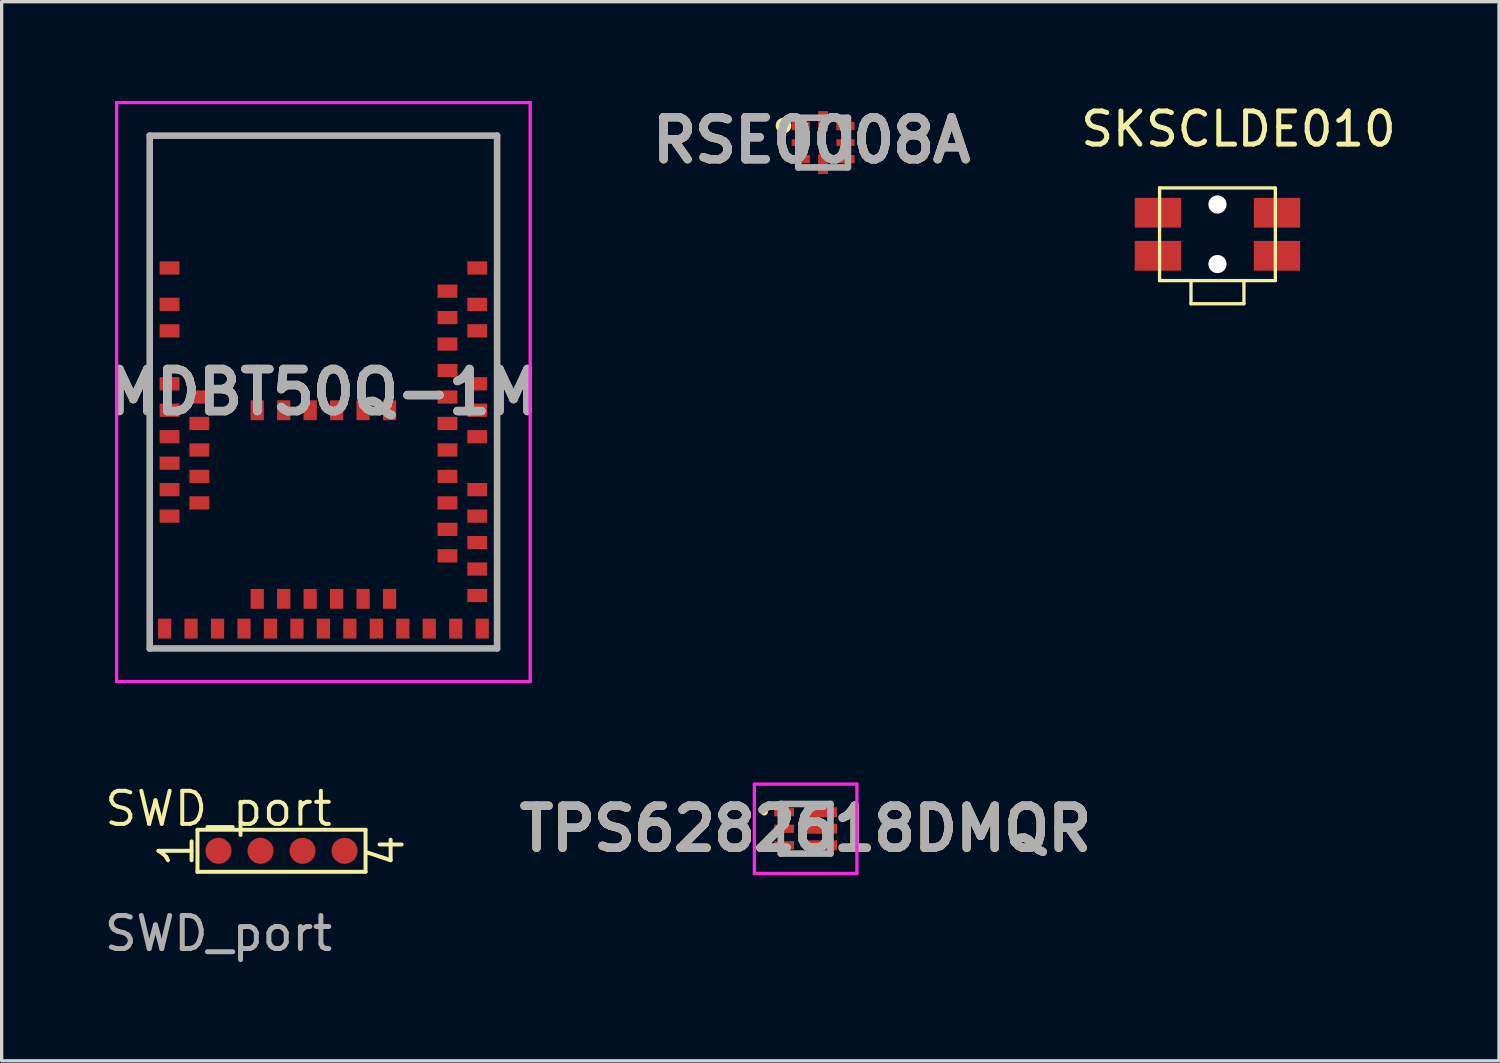
<source format=kicad_pcb>
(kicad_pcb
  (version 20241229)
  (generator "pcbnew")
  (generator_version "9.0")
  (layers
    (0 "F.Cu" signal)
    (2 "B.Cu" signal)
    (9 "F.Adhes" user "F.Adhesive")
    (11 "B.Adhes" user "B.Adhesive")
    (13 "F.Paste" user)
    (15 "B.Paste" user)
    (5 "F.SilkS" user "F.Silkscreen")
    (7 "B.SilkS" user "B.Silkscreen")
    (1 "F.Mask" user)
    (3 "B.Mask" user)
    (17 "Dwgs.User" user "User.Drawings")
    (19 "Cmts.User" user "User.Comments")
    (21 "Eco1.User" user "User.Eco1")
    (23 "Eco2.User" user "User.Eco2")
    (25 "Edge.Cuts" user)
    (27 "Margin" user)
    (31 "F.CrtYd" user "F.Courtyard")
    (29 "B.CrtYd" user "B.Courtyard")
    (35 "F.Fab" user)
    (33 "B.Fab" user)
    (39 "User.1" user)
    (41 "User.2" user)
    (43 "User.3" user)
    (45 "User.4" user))
  (footprint "SWD_port"
    (layer "F.Cu")
    (at 3.554 22.666)
    (property "Reference" "SWD_port" (at 0 -1.27 0) (unlocked yes) (layer "F.SilkS") (effects (font (size 1 1) (thickness 0.12))))
    (attr smd)
    (fp_line (start -0.635 -0.635) (end 4.445 -0.635) (stroke (width 0.12) (type solid)) (layer "F.SilkS"))
    (fp_line (start -0.635 0.635) (end -0.635 -0.635) (stroke (width 0.12) (type solid)) (layer "F.SilkS"))
    (fp_line (start 4.445 -0.635) (end 4.445 0.635) (stroke (width 0.12) (type solid)) (layer "F.SilkS"))
    (fp_line (start 4.445 0.635) (end -0.635 0.635) (stroke (width 0.12) (type solid)) (layer "F.SilkS"))
    (fp_text user "4" (at 5.08 0 90) (unlocked yes) (layer "F.SilkS") (effects (font (size 1 1) (thickness 0.12))))
    (fp_text user "1" (at -1.27 0 90) (unlocked yes) (layer "F.SilkS") (effects (font (size 1 1) (thickness 0.12))))
    (fp_text user "${REFERENCE}" (at 0 2.5 0) (unlocked yes) (layer "F.Fab") (effects (font (size 1 1) (thickness 0.15))))
    (pad "1" smd circle (at 0 0) (size 0.787 0.787) (layers "F.Cu" "F.Mask" "F.Paste"))
    (pad "2" smd circle (at 1.27 0) (size 0.787 0.787) (layers "F.Cu" "F.Mask" "F.Paste"))
    (pad "3" smd circle (at 2.54 0) (size 0.787 0.787) (layers "F.Cu" "F.Mask" "F.Paste"))
    (pad "4" smd circle (at 3.81 0) (size 0.787 0.787) (layers "F.Cu" "F.Mask" "F.Paste")))
  (footprint "SKSCLDE010"
    (layer "F.Cu")
    (at 33.749 4.031)
    (property "Reference" "SKSCLDE010" (at 0.636 -3.181 0) (layer "F.SilkS") (effects (font (size 1.002 1.002) (thickness 0.15))))
    (attr through_hole)
    (fp_line (start -1.75 -1.4) (end -1.75 1.4) (stroke (width 0.1) (type solid)) (layer "F.SilkS"))
    (fp_line (start -1.75 1.4) (end -0.8 1.4) (stroke (width 0.1) (type solid)) (layer "F.SilkS"))
    (fp_line (start -0.8 1.4) (end 0.8 1.4) (stroke (width 0.1) (type solid)) (layer "F.SilkS"))
    (fp_line (start -0.8 2.1) (end -0.8 1.4) (stroke (width 0.1) (type solid)) (layer "F.SilkS"))
    (fp_line (start 0.8 1.4) (end 1.75 1.4) (stroke (width 0.1) (type solid)) (layer "F.SilkS"))
    (fp_line (start 0.8 2.1) (end -0.8 2.1) (stroke (width 0.1) (type solid)) (layer "F.SilkS"))
    (fp_line (start 0.8 2.1) (end 0.8 1.4) (stroke (width 0.1) (type solid)) (layer "F.SilkS"))
    (fp_line (start 1.75 -1.4) (end -1.75 -1.4) (stroke (width 0.1) (type solid)) (layer "F.SilkS"))
    (fp_line (start 1.75 1.4) (end 1.75 -1.4) (stroke (width 0.1) (type solid)) (layer "F.SilkS"))
    (pad "" np_thru_hole circle (at 0 -0.9) (size 0.55 0.55) (drill 0.55) (layers "*.Cu" "*.Mask"))
    (pad "" np_thru_hole circle (at 0 0.9) (size 0.55 0.55) (drill 0.55) (layers "*.Cu" "*.Mask"))
    (pad "1" smd rect (at -1.8 0.65) (size 1.4 0.9) (layers "F.Cu" "F.Mask" "F.Paste"))
    (pad "2" smd rect (at 1.8 0.65) (size 1.4 0.9) (layers "F.Cu" "F.Mask" "F.Paste"))
    (pad "3" smd rect (at -1.8 -0.65) (size 1.4 0.9) (layers "F.Cu" "F.Mask" "F.Paste"))
    (pad "4" smd rect (at 1.8 -0.65) (size 1.4 0.9) (layers "F.Cu" "F.Mask" "F.Paste")))
  (footprint "MDBT50Q-1M"
    (layer "F.Cu")
    (at 6.725 8.8)
    (property "Reference" "MDBT50Q-1M" (at 0 0 0) (layer "F.SilkS") (effects (font (size 1.27 1.27) (thickness 0.254))))
    (attr smd)
    (fp_line (start -5.25 -7.75) (end -5.25 7.75) (stroke (width 0.1) (type solid)) (layer "F.SilkS"))
    (fp_line (start -5.25 7.75) (end 5.25 7.75) (stroke (width 0.1) (type solid)) (layer "F.SilkS"))
    (fp_line (start 5.25 -7.75) (end -5.25 -7.75) (stroke (width 0.1) (type solid)) (layer "F.SilkS"))
    (fp_line (start 5.25 7.75) (end 5.25 -7.75) (stroke (width 0.1) (type solid)) (layer "F.SilkS"))
    (fp_line (start -6.25 -8.75) (end 6.25 -8.75) (stroke (width 0.1) (type solid)) (layer "F.CrtYd"))
    (fp_line (start -6.25 8.75) (end -6.25 -8.75) (stroke (width 0.1) (type solid)) (layer "F.CrtYd"))
    (fp_line (start 6.25 -8.75) (end 6.25 8.75) (stroke (width 0.1) (type solid)) (layer "F.CrtYd"))
    (fp_line (start 6.25 8.75) (end -6.25 8.75) (stroke (width 0.1) (type solid)) (layer "F.CrtYd"))
    (fp_line (start -5.25 -7.75) (end -5.25 7.75) (stroke (width 0.2) (type solid)) (layer "F.Fab"))
    (fp_line (start -5.25 7.75) (end 5.25 7.75) (stroke (width 0.2) (type solid)) (layer "F.Fab"))
    (fp_line (start 5.25 -7.75) (end -5.25 -7.75) (stroke (width 0.2) (type solid)) (layer "F.Fab"))
    (fp_line (start 5.25 7.75) (end 5.25 -7.75) (stroke (width 0.2) (type solid)) (layer "F.Fab"))
    (fp_text user "${REFERENCE}" (at 0 0 0) (layer "F.Fab") (effects (font (size 1.27 1.27) (thickness 0.254))))
    (pad "1" smd rect (at -4.65 -3.75 90) (size 0.4 0.6) (layers "F.Cu" "F.Mask" "F.Paste"))
    (pad "2" smd rect (at -4.65 -2.65 90) (size 0.4 0.6) (layers "F.Cu" "F.Mask" "F.Paste"))
    (pad "3" smd rect (at -4.65 -1.85 90) (size 0.4 0.6) (layers "F.Cu" "F.Mask" "F.Paste"))
    (pad "4" smd rect (at -4.65 -0.25 90) (size 0.4 0.6) (layers "F.Cu" "F.Mask" "F.Paste"))
    (pad "5" smd rect (at -3.75 0.15 90) (size 0.4 0.6) (layers "F.Cu" "F.Mask" "F.Paste"))
    (pad "6" smd rect (at -4.65 0.55 90) (size 0.4 0.6) (layers "F.Cu" "F.Mask" "F.Paste"))
    (pad "7" smd rect (at -3.75 0.95 90) (size 0.4 0.6) (layers "F.Cu" "F.Mask" "F.Paste"))
    (pad "8" smd rect (at -4.65 1.35 90) (size 0.4 0.6) (layers "F.Cu" "F.Mask" "F.Paste"))
    (pad "9" smd rect (at -3.75 1.75 90) (size 0.4 0.6) (layers "F.Cu" "F.Mask" "F.Paste"))
    (pad "10" smd rect (at -4.65 2.15 90) (size 0.4 0.6) (layers "F.Cu" "F.Mask" "F.Paste"))
    (pad "11" smd rect (at -3.75 2.55 90) (size 0.4 0.6) (layers "F.Cu" "F.Mask" "F.Paste"))
    (pad "12" smd rect (at -4.65 2.95 90) (size 0.4 0.6) (layers "F.Cu" "F.Mask" "F.Paste"))
    (pad "13" smd rect (at -3.75 3.35 90) (size 0.4 0.6) (layers "F.Cu" "F.Mask" "F.Paste"))
    (pad "14" smd rect (at -4.65 3.75 90) (size 0.4 0.6) (layers "F.Cu" "F.Mask" "F.Paste"))
    (pad "15" smd rect (at -4.8 7.15) (size 0.4 0.6) (layers "F.Cu" "F.Mask" "F.Paste"))
    (pad "16" smd rect (at -4 7.15) (size 0.4 0.6) (layers "F.Cu" "F.Mask" "F.Paste"))
    (pad "17" smd rect (at -3.2 7.15) (size 0.4 0.6) (layers "F.Cu" "F.Mask" "F.Paste"))
    (pad "18" smd rect (at -2.4 7.15) (size 0.4 0.6) (layers "F.Cu" "F.Mask" "F.Paste"))
    (pad "19" smd rect (at -2 6.25) (size 0.4 0.6) (layers "F.Cu" "F.Mask" "F.Paste"))
    (pad "20" smd rect (at -1.6 7.15) (size 0.4 0.6) (layers "F.Cu" "F.Mask" "F.Paste"))
    (pad "21" smd rect (at -1.2 6.25) (size 0.4 0.6) (layers "F.Cu" "F.Mask" "F.Paste"))
    (pad "22" smd rect (at -0.8 7.15) (size 0.4 0.6) (layers "F.Cu" "F.Mask" "F.Paste"))
    (pad "23" smd rect (at -0.4 6.25) (size 0.4 0.6) (layers "F.Cu" "F.Mask" "F.Paste"))
    (pad "24" smd rect (at 0 7.15) (size 0.4 0.6) (layers "F.Cu" "F.Mask" "F.Paste"))
    (pad "25" smd rect (at 0.4 6.25) (size 0.4 0.6) (layers "F.Cu" "F.Mask" "F.Paste"))
    (pad "26" smd rect (at 0.8 7.15) (size 0.4 0.6) (layers "F.Cu" "F.Mask" "F.Paste"))
    (pad "27" smd rect (at 1.2 6.25) (size 0.4 0.6) (layers "F.Cu" "F.Mask" "F.Paste"))
    (pad "28" smd rect (at 1.6 7.15) (size 0.4 0.6) (layers "F.Cu" "F.Mask" "F.Paste"))
    (pad "29" smd rect (at 2 6.25) (size 0.4 0.6) (layers "F.Cu" "F.Mask" "F.Paste"))
    (pad "30" smd rect (at 2.4 7.15) (size 0.4 0.6) (layers "F.Cu" "F.Mask" "F.Paste"))
    (pad "31" smd rect (at 3.2 7.15) (size 0.4 0.6) (layers "F.Cu" "F.Mask" "F.Paste"))
    (pad "32" smd rect (at 4 7.15) (size 0.4 0.6) (layers "F.Cu" "F.Mask" "F.Paste"))
    (pad "33" smd rect (at 4.8 7.15) (size 0.4 0.6) (layers "F.Cu" "F.Mask" "F.Paste"))
    (pad "34" smd rect (at 4.65 6.15 90) (size 0.4 0.6) (layers "F.Cu" "F.Mask" "F.Paste"))
    (pad "35" smd rect (at 4.65 5.35 90) (size 0.4 0.6) (layers "F.Cu" "F.Mask" "F.Paste"))
    (pad "36" smd rect (at 3.75 4.95 90) (size 0.4 0.6) (layers "F.Cu" "F.Mask" "F.Paste"))
    (pad "37" smd rect (at 4.65 4.55 90) (size 0.4 0.6) (layers "F.Cu" "F.Mask" "F.Paste"))
    (pad "38" smd rect (at 3.75 4.15 90) (size 0.4 0.6) (layers "F.Cu" "F.Mask" "F.Paste"))
    (pad "39" smd rect (at 4.65 3.75 90) (size 0.4 0.6) (layers "F.Cu" "F.Mask" "F.Paste"))
    (pad "40" smd rect (at 3.75 3.35 90) (size 0.4 0.6) (layers "F.Cu" "F.Mask" "F.Paste"))
    (pad "41" smd rect (at 4.65 2.95 90) (size 0.4 0.6) (layers "F.Cu" "F.Mask" "F.Paste"))
    (pad "42" smd rect (at 3.75 2.55 90) (size 0.4 0.6) (layers "F.Cu" "F.Mask" "F.Paste"))
    (pad "43" smd rect (at 3.75 1.75 90) (size 0.4 0.6) (layers "F.Cu" "F.Mask" "F.Paste"))
    (pad "44" smd rect (at 4.65 1.35 90) (size 0.4 0.6) (layers "F.Cu" "F.Mask" "F.Paste"))
    (pad "45" smd rect (at 3.75 0.95 90) (size 0.4 0.6) (layers "F.Cu" "F.Mask" "F.Paste"))
    (pad "46" smd rect (at 4.65 0.55 90) (size 0.4 0.6) (layers "F.Cu" "F.Mask" "F.Paste"))
    (pad "47" smd rect (at 3.75 0.15 90) (size 0.4 0.6) (layers "F.Cu" "F.Mask" "F.Paste"))
    (pad "48" smd rect (at 4.65 -0.25 90) (size 0.4 0.6) (layers "F.Cu" "F.Mask" "F.Paste"))
    (pad "49" smd rect (at 3.75 -0.65 90) (size 0.4 0.6) (layers "F.Cu" "F.Mask" "F.Paste"))
    (pad "50" smd rect (at 3.75 -1.45 90) (size 0.4 0.6) (layers "F.Cu" "F.Mask" "F.Paste"))
    (pad "51" smd rect (at 4.65 -1.85 90) (size 0.4 0.6) (layers "F.Cu" "F.Mask" "F.Paste"))
    (pad "52" smd rect (at 3.75 -2.25 90) (size 0.4 0.6) (layers "F.Cu" "F.Mask" "F.Paste"))
    (pad "53" smd rect (at 4.65 -2.65 90) (size 0.4 0.6) (layers "F.Cu" "F.Mask" "F.Paste"))
    (pad "54" smd rect (at 3.75 -3.05 90) (size 0.4 0.6) (layers "F.Cu" "F.Mask" "F.Paste"))
    (pad "55" smd rect (at 4.65 -3.75 90) (size 0.4 0.6) (layers "F.Cu" "F.Mask" "F.Paste"))
    (pad "56" smd rect (at -2 0.55) (size 0.4 0.6) (layers "F.Cu" "F.Mask" "F.Paste"))
    (pad "57" smd rect (at -1.2 0.55) (size 0.4 0.6) (layers "F.Cu" "F.Mask" "F.Paste"))
    (pad "58" smd rect (at -0.4 0.55) (size 0.4 0.6) (layers "F.Cu" "F.Mask" "F.Paste"))
    (pad "59" smd rect (at 0.4 0.55) (size 0.4 0.6) (layers "F.Cu" "F.Mask" "F.Paste"))
    (pad "60" smd rect (at 1.2 0.55) (size 0.4 0.6) (layers "F.Cu" "F.Mask" "F.Paste"))
    (pad "61" smd rect (at 2 0.55) (size 0.4 0.6) (layers "F.Cu" "F.Mask" "F.Paste")))
  (footprint "RSE0008A"
    (layer "F.Cu")
    (at 21.829 1.26)
    (property "Reference" "RSE0008A" (at -0.347 -0.072 0) (layer "F.SilkS") (effects (font (size 1.27 1.27) (thickness 0.254))))
    (attr smd)
    (fp_circle (center -1.197 -0.512) (end -1.197 -0.476) (stroke (width 0.2) (type solid)) (fill no) (layer "F.SilkS"))
    (fp_line (start -0.75 -0.75) (end 0.75 -0.75) (stroke (width 0.2) (type solid)) (layer "F.Fab"))
    (fp_line (start -0.75 0.75) (end -0.75 -0.75) (stroke (width 0.2) (type solid)) (layer "F.Fab"))
    (fp_line (start 0.75 -0.75) (end 0.75 0.75) (stroke (width 0.2) (type solid)) (layer "F.Fab"))
    (fp_line (start 0.75 0.75) (end -0.75 0.75) (stroke (width 0.2) (type solid)) (layer "F.Fab"))
    (fp_text user "${REFERENCE}" (at -0.347 -0.072 0) (layer "F.Fab") (effects (font (size 1.27 1.27) (thickness 0.254))))
    (pad "1" smd rect (at -0.675 -0.5 90) (size 0.25 0.55) (layers "F.Cu" "F.Mask" "F.Paste"))
    (pad "2" smd rect (at -0.675 0 90) (size 0.2 0.55) (layers "F.Cu" "F.Mask" "F.Paste"))
    (pad "3" smd rect (at -0.675 0.5 90) (size 0.25 0.55) (layers "F.Cu" "F.Mask" "F.Paste"))
    (pad "4" smd rect (at 0 0.65) (size 0.3 0.6) (layers "F.Cu" "F.Mask" "F.Paste"))
    (pad "5" smd rect (at 0.675 0.5 90) (size 0.25 0.55) (layers "F.Cu" "F.Mask" "F.Paste"))
    (pad "6" smd rect (at 0.675 0 90) (size 0.2 0.55) (layers "F.Cu" "F.Mask" "F.Paste"))
    (pad "7" smd rect (at 0.675 -0.5 90) (size 0.25 0.55) (layers "F.Cu" "F.Mask" "F.Paste"))
    (pad "8" smd rect (at 0 -0.65) (size 0.3 0.6) (layers "F.Cu" "F.Mask" "F.Paste")))
  (footprint "TPS6282618DMQR"
    (layer "F.Cu")
    (at 21.301 22)
    (property "Reference" "TPS6282618DMQR" (at 0 0 0) (layer "F.SilkS") (effects (font (size 1.27 1.27) (thickness 0.254))))
    (attr smd)
    (fp_line (start -1.3 -0.5) (end -1.3 -0.5) (stroke (width 0.1) (type solid)) (layer "F.SilkS"))
    (fp_line (start -1.2 -0.5) (end -1.2 -0.5) (stroke (width 0.1) (type solid)) (layer "F.SilkS"))
    (fp_arc (start -1.3 -0.5) (mid -1.25 -0.55) (end -1.2 -0.5) (stroke (width 0.1) (type solid)) (layer "F.SilkS"))
    (fp_arc (start -1.2 -0.5) (mid -1.25 -0.45) (end -1.3 -0.5) (stroke (width 0.1) (type solid)) (layer "F.SilkS"))
    (fp_line (start -1.55 -1.35) (end 1.55 -1.35) (stroke (width 0.1) (type solid)) (layer "F.CrtYd"))
    (fp_line (start -1.55 1.35) (end -1.55 -1.35) (stroke (width 0.1) (type solid)) (layer "F.CrtYd"))
    (fp_line (start 1.55 -1.35) (end 1.55 1.35) (stroke (width 0.1) (type solid)) (layer "F.CrtYd"))
    (fp_line (start 1.55 1.35) (end -1.55 1.35) (stroke (width 0.1) (type solid)) (layer "F.CrtYd"))
    (fp_line (start -0.75 -0.75) (end 0.75 -0.75) (stroke (width 0.2) (type solid)) (layer "F.Fab"))
    (fp_line (start -0.75 0.75) (end -0.75 -0.75) (stroke (width 0.2) (type solid)) (layer "F.Fab"))
    (fp_line (start 0.75 -0.75) (end 0.75 0.75) (stroke (width 0.2) (type solid)) (layer "F.Fab"))
    (fp_line (start 0.75 0.75) (end -0.75 0.75) (stroke (width 0.2) (type solid)) (layer "F.Fab"))
    (fp_text user "${REFERENCE}" (at 0 0 0) (layer "F.Fab") (effects (font (size 1.27 1.27) (thickness 0.254))))
    (pad "1" smd rect (at -0.65 -0.5 90) (size 0.25 0.6) (layers "F.Cu" "F.Mask" "F.Paste"))
    (pad "2" smd rect (at -0.65 0 90) (size 0.25 0.6) (layers "F.Cu" "F.Mask" "F.Paste"))
    (pad "3" smd rect (at -0.65 0.5 90) (size 0.25 0.6) (layers "F.Cu" "F.Mask" "F.Paste"))
    (pad "4" smd rect (at 0.45 0.5 90) (size 0.3 1) (layers "F.Cu" "F.Mask" "F.Paste"))
    (pad "5" smd rect (at 0.45 0 90) (size 0.3 1) (layers "F.Cu" "F.Mask" "F.Paste"))
    (pad "6" smd rect (at 0.45 -0.5 90) (size 0.3 1) (layers "F.Cu" "F.Mask" "F.Paste")))
  (gr_rect
    (start -3 -3)
    (end 42.258 29.014)
    (stroke (width 0.1) (type default))
    (fill no)
    (layer "Edge.Cuts")))
</source>
